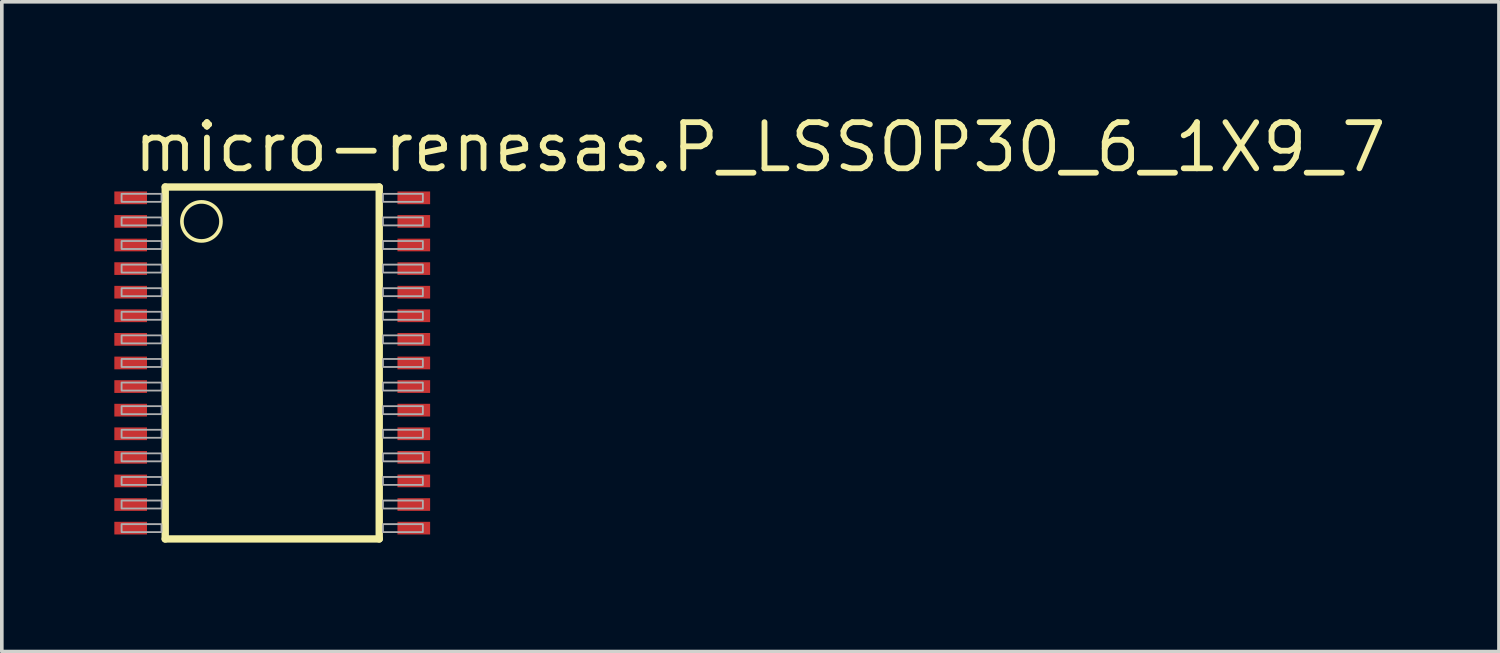
<source format=kicad_pcb>
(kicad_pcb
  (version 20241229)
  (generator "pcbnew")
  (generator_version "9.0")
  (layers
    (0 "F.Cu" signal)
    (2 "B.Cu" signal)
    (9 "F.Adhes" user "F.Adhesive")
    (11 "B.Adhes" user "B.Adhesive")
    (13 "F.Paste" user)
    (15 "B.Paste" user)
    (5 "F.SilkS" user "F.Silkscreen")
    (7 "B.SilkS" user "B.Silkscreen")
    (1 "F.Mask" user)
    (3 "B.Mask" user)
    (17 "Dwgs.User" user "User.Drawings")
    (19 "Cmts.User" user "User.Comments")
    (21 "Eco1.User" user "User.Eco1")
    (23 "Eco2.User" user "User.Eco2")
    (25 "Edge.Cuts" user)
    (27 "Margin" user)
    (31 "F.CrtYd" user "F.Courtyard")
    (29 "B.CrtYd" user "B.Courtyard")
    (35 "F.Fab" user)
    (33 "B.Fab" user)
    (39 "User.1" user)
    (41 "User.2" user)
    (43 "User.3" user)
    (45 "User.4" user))
  (footprint "micro-renesas.P_LSSOP30_6_1X9_7"
    (layer "F.Cu")
    (at 4.45 6.95)
    (property "Reference" "micro-renesas.P_LSSOP30_6_1X9_7" (at -3.9 -5.2 0) (layer "F.SilkS") (effects (font (size 1.27 1.27) (thickness 0.16)) (justify left bottom)))
    (attr smd)
    (fp_rect (start -4.425 -4.338) (end -3.375 -4.763) (stroke (width 0.05) (type default)) (fill yes) (layer "F.Mask"))
    (fp_rect (start -4.425 -3.688) (end -3.375 -4.112) (stroke (width 0.05) (type default)) (fill yes) (layer "F.Mask"))
    (fp_rect (start -4.425 -3.038) (end -3.375 -3.462) (stroke (width 0.05) (type default)) (fill yes) (layer "F.Mask"))
    (fp_rect (start -4.425 -2.388) (end -3.375 -2.812) (stroke (width 0.05) (type default)) (fill yes) (layer "F.Mask"))
    (fp_rect (start -4.425 -1.738) (end -3.375 -2.163) (stroke (width 0.05) (type default)) (fill yes) (layer "F.Mask"))
    (fp_rect (start -4.425 -1.087) (end -3.375 -1.512) (stroke (width 0.05) (type default)) (fill yes) (layer "F.Mask"))
    (fp_rect (start -4.425 -0.438) (end -3.375 -0.863) (stroke (width 0.05) (type default)) (fill yes) (layer "F.Mask"))
    (fp_rect (start -4.425 0.212) (end -3.375 -0.212) (stroke (width 0.05) (type default)) (fill yes) (layer "F.Mask"))
    (fp_rect (start -4.425 0.863) (end -3.375 0.438) (stroke (width 0.05) (type default)) (fill yes) (layer "F.Mask"))
    (fp_rect (start -4.425 1.512) (end -3.375 1.087) (stroke (width 0.05) (type default)) (fill yes) (layer "F.Mask"))
    (fp_rect (start -4.425 2.163) (end -3.375 1.738) (stroke (width 0.05) (type default)) (fill yes) (layer "F.Mask"))
    (fp_rect (start -4.425 2.812) (end -3.375 2.388) (stroke (width 0.05) (type default)) (fill yes) (layer "F.Mask"))
    (fp_rect (start -4.425 3.462) (end -3.375 3.038) (stroke (width 0.05) (type default)) (fill yes) (layer "F.Mask"))
    (fp_rect (start -4.425 4.112) (end -3.375 3.688) (stroke (width 0.05) (type default)) (fill yes) (layer "F.Mask"))
    (fp_rect (start -4.425 4.763) (end -3.375 4.338) (stroke (width 0.05) (type default)) (fill yes) (layer "F.Mask"))
    (fp_rect (start 3.375 -4.338) (end 4.425 -4.763) (stroke (width 0.05) (type default)) (fill yes) (layer "F.Mask"))
    (fp_rect (start 3.375 -3.688) (end 4.425 -4.112) (stroke (width 0.05) (type default)) (fill yes) (layer "F.Mask"))
    (fp_rect (start 3.375 -3.038) (end 4.425 -3.462) (stroke (width 0.05) (type default)) (fill yes) (layer "F.Mask"))
    (fp_rect (start 3.375 -2.388) (end 4.425 -2.812) (stroke (width 0.05) (type default)) (fill yes) (layer "F.Mask"))
    (fp_rect (start 3.375 -1.738) (end 4.425 -2.163) (stroke (width 0.05) (type default)) (fill yes) (layer "F.Mask"))
    (fp_rect (start 3.375 -1.087) (end 4.425 -1.512) (stroke (width 0.05) (type default)) (fill yes) (layer "F.Mask"))
    (fp_rect (start 3.375 -0.438) (end 4.425 -0.863) (stroke (width 0.05) (type default)) (fill yes) (layer "F.Mask"))
    (fp_rect (start 3.375 0.212) (end 4.425 -0.212) (stroke (width 0.05) (type default)) (fill yes) (layer "F.Mask"))
    (fp_rect (start 3.375 0.863) (end 4.425 0.438) (stroke (width 0.05) (type default)) (fill yes) (layer "F.Mask"))
    (fp_rect (start 3.375 1.512) (end 4.425 1.087) (stroke (width 0.05) (type default)) (fill yes) (layer "F.Mask"))
    (fp_rect (start 3.375 2.163) (end 4.425 1.738) (stroke (width 0.05) (type default)) (fill yes) (layer "F.Mask"))
    (fp_rect (start 3.375 2.812) (end 4.425 2.388) (stroke (width 0.05) (type default)) (fill yes) (layer "F.Mask"))
    (fp_rect (start 3.375 3.462) (end 4.425 3.038) (stroke (width 0.05) (type default)) (fill yes) (layer "F.Mask"))
    (fp_rect (start 3.375 4.112) (end 4.425 3.688) (stroke (width 0.05) (type default)) (fill yes) (layer "F.Mask"))
    (fp_rect (start 3.375 4.763) (end 4.425 4.338) (stroke (width 0.05) (type default)) (fill yes) (layer "F.Mask"))
    (fp_line (start -2.948 -4.848) (end -2.948 4.848) (stroke (width 0.203) (type default)) (layer "F.SilkS"))
    (fp_line (start -2.948 4.848) (end 2.948 4.848) (stroke (width 0.203) (type default)) (layer "F.SilkS"))
    (fp_line (start 2.948 -4.848) (end -2.948 -4.848) (stroke (width 0.203) (type default)) (layer "F.SilkS"))
    (fp_line (start 2.948 4.848) (end 2.948 -4.848) (stroke (width 0.203) (type default)) (layer "F.SilkS"))
    (fp_circle (center -1.95 -3.9) (end -1.412 -3.9) (stroke (width 0.1) (type default)) (fill no) (layer "F.SilkS"))
    (fp_rect (start -4.312 -4.4) (end -3.5 -4.7) (stroke (width 0.05) (type default)) (fill yes) (layer "F.Paste"))
    (fp_rect (start -4.312 -3.75) (end -3.5 -4.05) (stroke (width 0.05) (type default)) (fill yes) (layer "F.Paste"))
    (fp_rect (start -4.312 -3.1) (end -3.5 -3.4) (stroke (width 0.05) (type default)) (fill yes) (layer "F.Paste"))
    (fp_rect (start -4.312 -2.45) (end -3.5 -2.75) (stroke (width 0.05) (type default)) (fill yes) (layer "F.Paste"))
    (fp_rect (start -4.312 -1.8) (end -3.5 -2.1) (stroke (width 0.05) (type default)) (fill yes) (layer "F.Paste"))
    (fp_rect (start -4.312 -1.15) (end -3.5 -1.45) (stroke (width 0.05) (type default)) (fill yes) (layer "F.Paste"))
    (fp_rect (start -4.312 -0.5) (end -3.5 -0.8) (stroke (width 0.05) (type default)) (fill yes) (layer "F.Paste"))
    (fp_rect (start -4.312 0.15) (end -3.5 -0.15) (stroke (width 0.05) (type default)) (fill yes) (layer "F.Paste"))
    (fp_rect (start -4.312 0.8) (end -3.5 0.5) (stroke (width 0.05) (type default)) (fill yes) (layer "F.Paste"))
    (fp_rect (start -4.312 1.45) (end -3.5 1.15) (stroke (width 0.05) (type default)) (fill yes) (layer "F.Paste"))
    (fp_rect (start -4.312 2.1) (end -3.5 1.8) (stroke (width 0.05) (type default)) (fill yes) (layer "F.Paste"))
    (fp_rect (start -4.312 2.75) (end -3.5 2.45) (stroke (width 0.05) (type default)) (fill yes) (layer "F.Paste"))
    (fp_rect (start -4.312 3.4) (end -3.5 3.1) (stroke (width 0.05) (type default)) (fill yes) (layer "F.Paste"))
    (fp_rect (start -4.312 4.05) (end -3.5 3.75) (stroke (width 0.05) (type default)) (fill yes) (layer "F.Paste"))
    (fp_rect (start -4.312 4.7) (end -3.5 4.4) (stroke (width 0.05) (type default)) (fill yes) (layer "F.Paste"))
    (fp_rect (start 3.5 -4.4) (end 4.312 -4.7) (stroke (width 0.05) (type default)) (fill yes) (layer "F.Paste"))
    (fp_rect (start 3.5 -3.75) (end 4.312 -4.05) (stroke (width 0.05) (type default)) (fill yes) (layer "F.Paste"))
    (fp_rect (start 3.5 -3.1) (end 4.312 -3.4) (stroke (width 0.05) (type default)) (fill yes) (layer "F.Paste"))
    (fp_rect (start 3.5 -2.45) (end 4.312 -2.75) (stroke (width 0.05) (type default)) (fill yes) (layer "F.Paste"))
    (fp_rect (start 3.5 -1.8) (end 4.312 -2.1) (stroke (width 0.05) (type default)) (fill yes) (layer "F.Paste"))
    (fp_rect (start 3.5 -1.15) (end 4.312 -1.45) (stroke (width 0.05) (type default)) (fill yes) (layer "F.Paste"))
    (fp_rect (start 3.5 -0.5) (end 4.312 -0.8) (stroke (width 0.05) (type default)) (fill yes) (layer "F.Paste"))
    (fp_rect (start 3.5 0.15) (end 4.312 -0.15) (stroke (width 0.05) (type default)) (fill yes) (layer "F.Paste"))
    (fp_rect (start 3.5 0.8) (end 4.312 0.5) (stroke (width 0.05) (type default)) (fill yes) (layer "F.Paste"))
    (fp_rect (start 3.5 1.45) (end 4.312 1.15) (stroke (width 0.05) (type default)) (fill yes) (layer "F.Paste"))
    (fp_rect (start 3.5 2.1) (end 4.312 1.8) (stroke (width 0.05) (type default)) (fill yes) (layer "F.Paste"))
    (fp_rect (start 3.5 2.75) (end 4.312 2.45) (stroke (width 0.05) (type default)) (fill yes) (layer "F.Paste"))
    (fp_rect (start 3.5 3.4) (end 4.312 3.1) (stroke (width 0.05) (type default)) (fill yes) (layer "F.Paste"))
    (fp_rect (start 3.5 4.05) (end 4.312 3.75) (stroke (width 0.05) (type default)) (fill yes) (layer "F.Paste"))
    (fp_rect (start 3.5 4.7) (end 4.312 4.4) (stroke (width 0.05) (type default)) (fill yes) (layer "F.Paste"))
    (fp_rect (start -4.15 -4.44) (end -3.05 -4.66) (stroke (width 0.05) (type default)) (fill no) (layer "F.Fab"))
    (fp_rect (start -4.15 -3.79) (end -3.05 -4.01) (stroke (width 0.05) (type default)) (fill no) (layer "F.Fab"))
    (fp_rect (start -4.15 -3.14) (end -3.05 -3.36) (stroke (width 0.05) (type default)) (fill no) (layer "F.Fab"))
    (fp_rect (start -4.15 -2.49) (end -3.05 -2.71) (stroke (width 0.05) (type default)) (fill no) (layer "F.Fab"))
    (fp_rect (start -4.15 -1.84) (end -3.05 -2.06) (stroke (width 0.05) (type default)) (fill no) (layer "F.Fab"))
    (fp_rect (start -4.15 -1.19) (end -3.05 -1.41) (stroke (width 0.05) (type default)) (fill no) (layer "F.Fab"))
    (fp_rect (start -4.15 -0.54) (end -3.05 -0.76) (stroke (width 0.05) (type default)) (fill no) (layer "F.Fab"))
    (fp_rect (start -4.15 0.11) (end -3.05 -0.11) (stroke (width 0.05) (type default)) (fill no) (layer "F.Fab"))
    (fp_rect (start -4.15 0.76) (end -3.05 0.54) (stroke (width 0.05) (type default)) (fill no) (layer "F.Fab"))
    (fp_rect (start -4.15 1.41) (end -3.05 1.19) (stroke (width 0.05) (type default)) (fill no) (layer "F.Fab"))
    (fp_rect (start -4.15 2.06) (end -3.05 1.84) (stroke (width 0.05) (type default)) (fill no) (layer "F.Fab"))
    (fp_rect (start -4.15 2.71) (end -3.05 2.49) (stroke (width 0.05) (type default)) (fill no) (layer "F.Fab"))
    (fp_rect (start -4.15 3.36) (end -3.05 3.14) (stroke (width 0.05) (type default)) (fill no) (layer "F.Fab"))
    (fp_rect (start -4.15 4.01) (end -3.05 3.79) (stroke (width 0.05) (type default)) (fill no) (layer "F.Fab"))
    (fp_rect (start -4.15 4.66) (end -3.05 4.44) (stroke (width 0.05) (type default)) (fill no) (layer "F.Fab"))
    (fp_rect (start 3.05 -4.44) (end 4.15 -4.66) (stroke (width 0.05) (type default)) (fill no) (layer "F.Fab"))
    (fp_rect (start 3.05 -3.79) (end 4.15 -4.01) (stroke (width 0.05) (type default)) (fill no) (layer "F.Fab"))
    (fp_rect (start 3.05 -3.14) (end 4.15 -3.36) (stroke (width 0.05) (type default)) (fill no) (layer "F.Fab"))
    (fp_rect (start 3.05 -2.49) (end 4.15 -2.71) (stroke (width 0.05) (type default)) (fill no) (layer "F.Fab"))
    (fp_rect (start 3.05 -1.84) (end 4.15 -2.06) (stroke (width 0.05) (type default)) (fill no) (layer "F.Fab"))
    (fp_rect (start 3.05 -1.19) (end 4.15 -1.41) (stroke (width 0.05) (type default)) (fill no) (layer "F.Fab"))
    (fp_rect (start 3.05 -0.54) (end 4.15 -0.76) (stroke (width 0.05) (type default)) (fill no) (layer "F.Fab"))
    (fp_rect (start 3.05 0.11) (end 4.15 -0.11) (stroke (width 0.05) (type default)) (fill no) (layer "F.Fab"))
    (fp_rect (start 3.05 0.76) (end 4.15 0.54) (stroke (width 0.05) (type default)) (fill no) (layer "F.Fab"))
    (fp_rect (start 3.05 1.41) (end 4.15 1.19) (stroke (width 0.05) (type default)) (fill no) (layer "F.Fab"))
    (fp_rect (start 3.05 2.06) (end 4.15 1.84) (stroke (width 0.05) (type default)) (fill no) (layer "F.Fab"))
    (fp_rect (start 3.05 2.71) (end 4.15 2.49) (stroke (width 0.05) (type default)) (fill no) (layer "F.Fab"))
    (fp_rect (start 3.05 3.36) (end 4.15 3.14) (stroke (width 0.05) (type default)) (fill no) (layer "F.Fab"))
    (fp_rect (start 3.05 4.01) (end 4.15 3.79) (stroke (width 0.05) (type default)) (fill no) (layer "F.Fab"))
    (fp_rect (start 3.05 4.66) (end 4.15 4.44) (stroke (width 0.05) (type default)) (fill no) (layer "F.Fab"))
    (pad "1" smd roundrect (at -3.9 -4.55) (size 0.9 0.35) (layers "F.Cu" "F.Mask" "F.Paste") (roundrect_rratio 0.01))
    (pad "2" smd roundrect (at -3.9 -3.9) (size 0.9 0.35) (layers "F.Cu" "F.Mask" "F.Paste") (roundrect_rratio 0.01))
    (pad "3" smd roundrect (at -3.9 -3.25) (size 0.9 0.35) (layers "F.Cu" "F.Mask" "F.Paste") (roundrect_rratio 0.01))
    (pad "4" smd roundrect (at -3.9 -2.6) (size 0.9 0.35) (layers "F.Cu" "F.Mask" "F.Paste") (roundrect_rratio 0.01))
    (pad "5" smd roundrect (at -3.9 -1.95) (size 0.9 0.35) (layers "F.Cu" "F.Mask" "F.Paste") (roundrect_rratio 0.01))
    (pad "6" smd roundrect (at -3.9 -1.3) (size 0.9 0.35) (layers "F.Cu" "F.Mask" "F.Paste") (roundrect_rratio 0.01))
    (pad "7" smd roundrect (at -3.9 -0.65) (size 0.9 0.35) (layers "F.Cu" "F.Mask" "F.Paste") (roundrect_rratio 0.01))
    (pad "8" smd roundrect (at -3.9 0) (size 0.9 0.35) (layers "F.Cu" "F.Mask" "F.Paste") (roundrect_rratio 0.01))
    (pad "9" smd roundrect (at -3.9 0.65) (size 0.9 0.35) (layers "F.Cu" "F.Mask" "F.Paste") (roundrect_rratio 0.01))
    (pad "10" smd roundrect (at -3.9 1.3) (size 0.9 0.35) (layers "F.Cu" "F.Mask" "F.Paste") (roundrect_rratio 0.01))
    (pad "11" smd roundrect (at -3.9 1.95) (size 0.9 0.35) (layers "F.Cu" "F.Mask" "F.Paste") (roundrect_rratio 0.01))
    (pad "12" smd roundrect (at -3.9 2.6) (size 0.9 0.35) (layers "F.Cu" "F.Mask" "F.Paste") (roundrect_rratio 0.01))
    (pad "13" smd roundrect (at -3.9 3.25) (size 0.9 0.35) (layers "F.Cu" "F.Mask" "F.Paste") (roundrect_rratio 0.01))
    (pad "14" smd roundrect (at -3.9 3.9) (size 0.9 0.35) (layers "F.Cu" "F.Mask" "F.Paste") (roundrect_rratio 0.01))
    (pad "15" smd roundrect (at -3.9 4.55) (size 0.9 0.35) (layers "F.Cu" "F.Mask" "F.Paste") (roundrect_rratio 0.01))
    (pad "16" smd roundrect (at 3.9 4.55) (size 0.9 0.35) (layers "F.Cu" "F.Mask" "F.Paste") (roundrect_rratio 0.01))
    (pad "17" smd roundrect (at 3.9 3.9) (size 0.9 0.35) (layers "F.Cu" "F.Mask" "F.Paste") (roundrect_rratio 0.01))
    (pad "18" smd roundrect (at 3.9 3.25) (size 0.9 0.35) (layers "F.Cu" "F.Mask" "F.Paste") (roundrect_rratio 0.01))
    (pad "19" smd roundrect (at 3.9 2.6) (size 0.9 0.35) (layers "F.Cu" "F.Mask" "F.Paste") (roundrect_rratio 0.01))
    (pad "20" smd roundrect (at 3.9 1.95) (size 0.9 0.35) (layers "F.Cu" "F.Mask" "F.Paste") (roundrect_rratio 0.01))
    (pad "21" smd roundrect (at 3.9 1.3) (size 0.9 0.35) (layers "F.Cu" "F.Mask" "F.Paste") (roundrect_rratio 0.01))
    (pad "22" smd roundrect (at 3.9 0.65) (size 0.9 0.35) (layers "F.Cu" "F.Mask" "F.Paste") (roundrect_rratio 0.01))
    (pad "23" smd roundrect (at 3.9 0) (size 0.9 0.35) (layers "F.Cu" "F.Mask" "F.Paste") (roundrect_rratio 0.01))
    (pad "24" smd roundrect (at 3.9 -0.65) (size 0.9 0.35) (layers "F.Cu" "F.Mask" "F.Paste") (roundrect_rratio 0.01))
    (pad "25" smd roundrect (at 3.9 -1.3) (size 0.9 0.35) (layers "F.Cu" "F.Mask" "F.Paste") (roundrect_rratio 0.01))
    (pad "26" smd roundrect (at 3.9 -1.95) (size 0.9 0.35) (layers "F.Cu" "F.Mask" "F.Paste") (roundrect_rratio 0.01))
    (pad "27" smd roundrect (at 3.9 -2.6) (size 0.9 0.35) (layers "F.Cu" "F.Mask" "F.Paste") (roundrect_rratio 0.01))
    (pad "28" smd roundrect (at 3.9 -3.25) (size 0.9 0.35) (layers "F.Cu" "F.Mask" "F.Paste") (roundrect_rratio 0.01))
    (pad "29" smd roundrect (at 3.9 -3.9) (size 0.9 0.35) (layers "F.Cu" "F.Mask" "F.Paste") (roundrect_rratio 0.01))
    (pad "30" smd roundrect (at 3.9 -4.55) (size 0.9 0.35) (layers "F.Cu" "F.Mask" "F.Paste") (roundrect_rratio 0.01)))
  (gr_rect
    (start -3 -3)
    (end 38.247 14.9)
    (stroke (width 0.1) (type default))
    (fill no)
    (layer "Edge.Cuts")))
</source>
